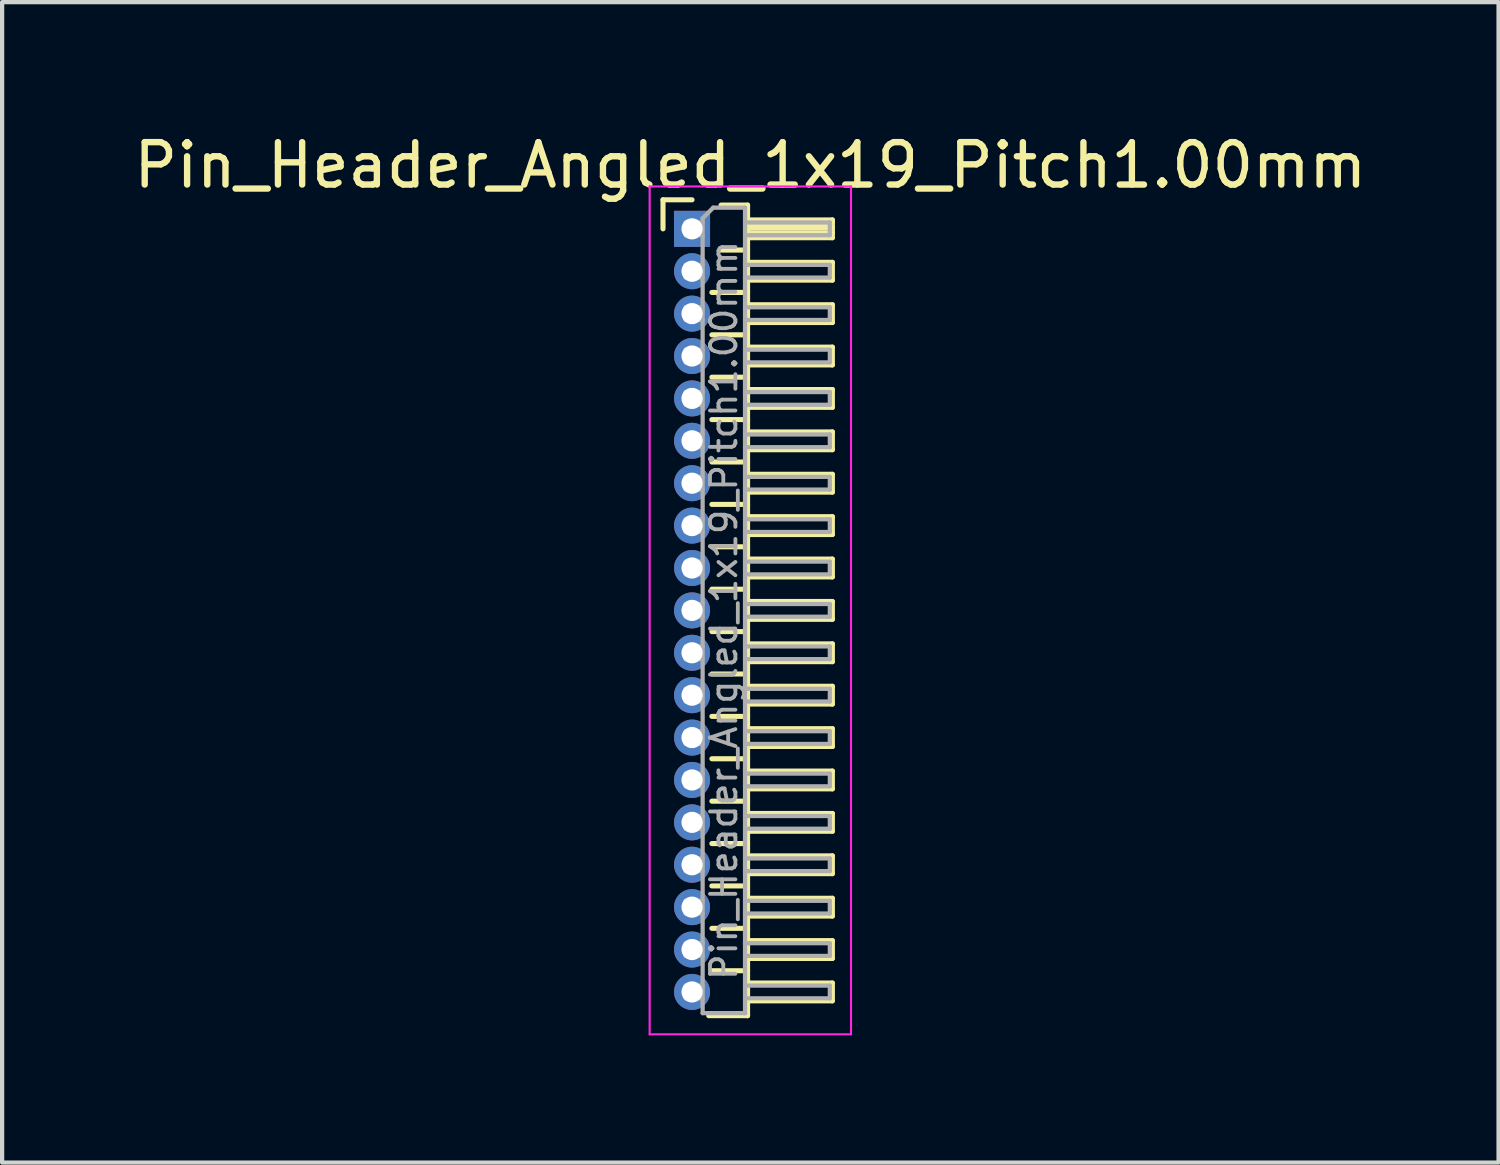
<source format=kicad_pcb>
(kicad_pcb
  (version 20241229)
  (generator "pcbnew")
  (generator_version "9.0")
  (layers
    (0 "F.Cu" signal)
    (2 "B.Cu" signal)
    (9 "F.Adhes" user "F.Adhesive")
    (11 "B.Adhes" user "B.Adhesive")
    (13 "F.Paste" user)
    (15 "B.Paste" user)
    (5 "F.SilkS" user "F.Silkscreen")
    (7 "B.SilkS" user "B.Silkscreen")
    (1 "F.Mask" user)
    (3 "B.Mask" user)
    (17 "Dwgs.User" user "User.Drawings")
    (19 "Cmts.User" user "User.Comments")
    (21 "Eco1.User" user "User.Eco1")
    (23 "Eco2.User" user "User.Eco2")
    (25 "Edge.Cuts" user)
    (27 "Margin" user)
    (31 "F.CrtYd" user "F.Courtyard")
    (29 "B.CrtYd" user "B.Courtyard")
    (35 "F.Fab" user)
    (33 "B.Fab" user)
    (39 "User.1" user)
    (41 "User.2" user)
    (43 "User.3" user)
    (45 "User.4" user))
  (footprint "Pin_Header_Angled_1x19_Pitch1.00mm"
    (layer "F.Cu")
    (at 13.274 2.348)
    (property "Reference" "Pin_Header_Angled_1x19_Pitch1.00mm" (at 1.375 -1.5 0) (layer "F.SilkS") (effects (font (size 1 1) (thickness 0.15))))
    (attr through_hole)
    (fp_line (start -0.685 -0.685) (end 0 -0.685) (stroke (width 0.12) (type solid)) (layer "F.SilkS"))
    (fp_line (start -0.685 0) (end -0.685 -0.685) (stroke (width 0.12) (type solid)) (layer "F.SilkS"))
    (fp_line (start 0.468 1.5) (end 1.31 1.5) (stroke (width 0.12) (type solid)) (layer "F.SilkS"))
    (fp_line (start 0.468 2.5) (end 1.31 2.5) (stroke (width 0.12) (type solid)) (layer "F.SilkS"))
    (fp_line (start 0.468 3.5) (end 1.31 3.5) (stroke (width 0.12) (type solid)) (layer "F.SilkS"))
    (fp_line (start 0.468 4.5) (end 1.31 4.5) (stroke (width 0.12) (type solid)) (layer "F.SilkS"))
    (fp_line (start 0.468 5.5) (end 1.31 5.5) (stroke (width 0.12) (type solid)) (layer "F.SilkS"))
    (fp_line (start 0.468 6.5) (end 1.31 6.5) (stroke (width 0.12) (type solid)) (layer "F.SilkS"))
    (fp_line (start 0.468 7.5) (end 1.31 7.5) (stroke (width 0.12) (type solid)) (layer "F.SilkS"))
    (fp_line (start 0.468 8.5) (end 1.31 8.5) (stroke (width 0.12) (type solid)) (layer "F.SilkS"))
    (fp_line (start 0.468 9.5) (end 1.31 9.5) (stroke (width 0.12) (type solid)) (layer "F.SilkS"))
    (fp_line (start 0.468 10.5) (end 1.31 10.5) (stroke (width 0.12) (type solid)) (layer "F.SilkS"))
    (fp_line (start 0.468 11.5) (end 1.31 11.5) (stroke (width 0.12) (type solid)) (layer "F.SilkS"))
    (fp_line (start 0.468 12.5) (end 1.31 12.5) (stroke (width 0.12) (type solid)) (layer "F.SilkS"))
    (fp_line (start 0.468 13.5) (end 1.31 13.5) (stroke (width 0.12) (type solid)) (layer "F.SilkS"))
    (fp_line (start 0.468 14.5) (end 1.31 14.5) (stroke (width 0.12) (type solid)) (layer "F.SilkS"))
    (fp_line (start 0.468 15.5) (end 1.31 15.5) (stroke (width 0.12) (type solid)) (layer "F.SilkS"))
    (fp_line (start 0.468 16.5) (end 1.31 16.5) (stroke (width 0.12) (type solid)) (layer "F.SilkS"))
    (fp_line (start 0.468 17.5) (end 1.31 17.5) (stroke (width 0.12) (type solid)) (layer "F.SilkS"))
    (fp_line (start 0.685 -0.56) (end 1.31 -0.56) (stroke (width 0.12) (type solid)) (layer "F.SilkS"))
    (fp_line (start 0.685 0.5) (end 1.31 0.5) (stroke (width 0.12) (type solid)) (layer "F.SilkS"))
    (fp_line (start 1.31 -0.56) (end 1.31 18.56) (stroke (width 0.12) (type solid)) (layer "F.SilkS"))
    (fp_line (start 1.31 -0.21) (end 3.31 -0.21) (stroke (width 0.12) (type solid)) (layer "F.SilkS"))
    (fp_line (start 1.31 -0.15) (end 3.31 -0.15) (stroke (width 0.12) (type solid)) (layer "F.SilkS"))
    (fp_line (start 1.31 -0.03) (end 3.31 -0.03) (stroke (width 0.12) (type solid)) (layer "F.SilkS"))
    (fp_line (start 1.31 0.09) (end 3.31 0.09) (stroke (width 0.12) (type solid)) (layer "F.SilkS"))
    (fp_line (start 1.31 0.79) (end 3.31 0.79) (stroke (width 0.12) (type solid)) (layer "F.SilkS"))
    (fp_line (start 1.31 1.79) (end 3.31 1.79) (stroke (width 0.12) (type solid)) (layer "F.SilkS"))
    (fp_line (start 1.31 2.79) (end 3.31 2.79) (stroke (width 0.12) (type solid)) (layer "F.SilkS"))
    (fp_line (start 1.31 3.79) (end 3.31 3.79) (stroke (width 0.12) (type solid)) (layer "F.SilkS"))
    (fp_line (start 1.31 4.79) (end 3.31 4.79) (stroke (width 0.12) (type solid)) (layer "F.SilkS"))
    (fp_line (start 1.31 5.79) (end 3.31 5.79) (stroke (width 0.12) (type solid)) (layer "F.SilkS"))
    (fp_line (start 1.31 6.79) (end 3.31 6.79) (stroke (width 0.12) (type solid)) (layer "F.SilkS"))
    (fp_line (start 1.31 7.79) (end 3.31 7.79) (stroke (width 0.12) (type solid)) (layer "F.SilkS"))
    (fp_line (start 1.31 8.79) (end 3.31 8.79) (stroke (width 0.12) (type solid)) (layer "F.SilkS"))
    (fp_line (start 1.31 9.79) (end 3.31 9.79) (stroke (width 0.12) (type solid)) (layer "F.SilkS"))
    (fp_line (start 1.31 10.79) (end 3.31 10.79) (stroke (width 0.12) (type solid)) (layer "F.SilkS"))
    (fp_line (start 1.31 11.79) (end 3.31 11.79) (stroke (width 0.12) (type solid)) (layer "F.SilkS"))
    (fp_line (start 1.31 12.79) (end 3.31 12.79) (stroke (width 0.12) (type solid)) (layer "F.SilkS"))
    (fp_line (start 1.31 13.79) (end 3.31 13.79) (stroke (width 0.12) (type solid)) (layer "F.SilkS"))
    (fp_line (start 1.31 14.79) (end 3.31 14.79) (stroke (width 0.12) (type solid)) (layer "F.SilkS"))
    (fp_line (start 1.31 15.79) (end 3.31 15.79) (stroke (width 0.12) (type solid)) (layer "F.SilkS"))
    (fp_line (start 1.31 16.79) (end 3.31 16.79) (stroke (width 0.12) (type solid)) (layer "F.SilkS"))
    (fp_line (start 1.31 17.79) (end 3.31 17.79) (stroke (width 0.12) (type solid)) (layer "F.SilkS"))
    (fp_line (start 1.31 18.56) (end 0.394 18.56) (stroke (width 0.12) (type solid)) (layer "F.SilkS"))
    (fp_line (start 3.31 -0.21) (end 3.31 0.21) (stroke (width 0.12) (type solid)) (layer "F.SilkS"))
    (fp_line (start 3.31 0.21) (end 1.31 0.21) (stroke (width 0.12) (type solid)) (layer "F.SilkS"))
    (fp_line (start 3.31 0.79) (end 3.31 1.21) (stroke (width 0.12) (type solid)) (layer "F.SilkS"))
    (fp_line (start 3.31 1.21) (end 1.31 1.21) (stroke (width 0.12) (type solid)) (layer "F.SilkS"))
    (fp_line (start 3.31 1.79) (end 3.31 2.21) (stroke (width 0.12) (type solid)) (layer "F.SilkS"))
    (fp_line (start 3.31 2.21) (end 1.31 2.21) (stroke (width 0.12) (type solid)) (layer "F.SilkS"))
    (fp_line (start 3.31 2.79) (end 3.31 3.21) (stroke (width 0.12) (type solid)) (layer "F.SilkS"))
    (fp_line (start 3.31 3.21) (end 1.31 3.21) (stroke (width 0.12) (type solid)) (layer "F.SilkS"))
    (fp_line (start 3.31 3.79) (end 3.31 4.21) (stroke (width 0.12) (type solid)) (layer "F.SilkS"))
    (fp_line (start 3.31 4.21) (end 1.31 4.21) (stroke (width 0.12) (type solid)) (layer "F.SilkS"))
    (fp_line (start 3.31 4.79) (end 3.31 5.21) (stroke (width 0.12) (type solid)) (layer "F.SilkS"))
    (fp_line (start 3.31 5.21) (end 1.31 5.21) (stroke (width 0.12) (type solid)) (layer "F.SilkS"))
    (fp_line (start 3.31 5.79) (end 3.31 6.21) (stroke (width 0.12) (type solid)) (layer "F.SilkS"))
    (fp_line (start 3.31 6.21) (end 1.31 6.21) (stroke (width 0.12) (type solid)) (layer "F.SilkS"))
    (fp_line (start 3.31 6.79) (end 3.31 7.21) (stroke (width 0.12) (type solid)) (layer "F.SilkS"))
    (fp_line (start 3.31 7.21) (end 1.31 7.21) (stroke (width 0.12) (type solid)) (layer "F.SilkS"))
    (fp_line (start 3.31 7.79) (end 3.31 8.21) (stroke (width 0.12) (type solid)) (layer "F.SilkS"))
    (fp_line (start 3.31 8.21) (end 1.31 8.21) (stroke (width 0.12) (type solid)) (layer "F.SilkS"))
    (fp_line (start 3.31 8.79) (end 3.31 9.21) (stroke (width 0.12) (type solid)) (layer "F.SilkS"))
    (fp_line (start 3.31 9.21) (end 1.31 9.21) (stroke (width 0.12) (type solid)) (layer "F.SilkS"))
    (fp_line (start 3.31 9.79) (end 3.31 10.21) (stroke (width 0.12) (type solid)) (layer "F.SilkS"))
    (fp_line (start 3.31 10.21) (end 1.31 10.21) (stroke (width 0.12) (type solid)) (layer "F.SilkS"))
    (fp_line (start 3.31 10.79) (end 3.31 11.21) (stroke (width 0.12) (type solid)) (layer "F.SilkS"))
    (fp_line (start 3.31 11.21) (end 1.31 11.21) (stroke (width 0.12) (type solid)) (layer "F.SilkS"))
    (fp_line (start 3.31 11.79) (end 3.31 12.21) (stroke (width 0.12) (type solid)) (layer "F.SilkS"))
    (fp_line (start 3.31 12.21) (end 1.31 12.21) (stroke (width 0.12) (type solid)) (layer "F.SilkS"))
    (fp_line (start 3.31 12.79) (end 3.31 13.21) (stroke (width 0.12) (type solid)) (layer "F.SilkS"))
    (fp_line (start 3.31 13.21) (end 1.31 13.21) (stroke (width 0.12) (type solid)) (layer "F.SilkS"))
    (fp_line (start 3.31 13.79) (end 3.31 14.21) (stroke (width 0.12) (type solid)) (layer "F.SilkS"))
    (fp_line (start 3.31 14.21) (end 1.31 14.21) (stroke (width 0.12) (type solid)) (layer "F.SilkS"))
    (fp_line (start 3.31 14.79) (end 3.31 15.21) (stroke (width 0.12) (type solid)) (layer "F.SilkS"))
    (fp_line (start 3.31 15.21) (end 1.31 15.21) (stroke (width 0.12) (type solid)) (layer "F.SilkS"))
    (fp_line (start 3.31 15.79) (end 3.31 16.21) (stroke (width 0.12) (type solid)) (layer "F.SilkS"))
    (fp_line (start 3.31 16.21) (end 1.31 16.21) (stroke (width 0.12) (type solid)) (layer "F.SilkS"))
    (fp_line (start 3.31 16.79) (end 3.31 17.21) (stroke (width 0.12) (type solid)) (layer "F.SilkS"))
    (fp_line (start 3.31 17.21) (end 1.31 17.21) (stroke (width 0.12) (type solid)) (layer "F.SilkS"))
    (fp_line (start 3.31 17.79) (end 3.31 18.21) (stroke (width 0.12) (type solid)) (layer "F.SilkS"))
    (fp_line (start 3.31 18.21) (end 1.31 18.21) (stroke (width 0.12) (type solid)) (layer "F.SilkS"))
    (fp_line (start -1 -1) (end -1 19) (stroke (width 0.05) (type solid)) (layer "F.CrtYd"))
    (fp_line (start -1 19) (end 3.75 19) (stroke (width 0.05) (type solid)) (layer "F.CrtYd"))
    (fp_line (start 3.75 -1) (end -1 -1) (stroke (width 0.05) (type solid)) (layer "F.CrtYd"))
    (fp_line (start 3.75 19) (end 3.75 -1) (stroke (width 0.05) (type solid)) (layer "F.CrtYd"))
    (fp_line (start -0.15 -0.15) (end -0.15 0.15) (stroke (width 0.1) (type solid)) (layer "F.Fab"))
    (fp_line (start -0.15 -0.15) (end 0.25 -0.15) (stroke (width 0.1) (type solid)) (layer "F.Fab"))
    (fp_line (start -0.15 0.15) (end 0.25 0.15) (stroke (width 0.1) (type solid)) (layer "F.Fab"))
    (fp_line (start -0.15 0.85) (end -0.15 1.15) (stroke (width 0.1) (type solid)) (layer "F.Fab"))
    (fp_line (start -0.15 0.85) (end 0.25 0.85) (stroke (width 0.1) (type solid)) (layer "F.Fab"))
    (fp_line (start -0.15 1.15) (end 0.25 1.15) (stroke (width 0.1) (type solid)) (layer "F.Fab"))
    (fp_line (start -0.15 1.85) (end -0.15 2.15) (stroke (width 0.1) (type solid)) (layer "F.Fab"))
    (fp_line (start -0.15 1.85) (end 0.25 1.85) (stroke (width 0.1) (type solid)) (layer "F.Fab"))
    (fp_line (start -0.15 2.15) (end 0.25 2.15) (stroke (width 0.1) (type solid)) (layer "F.Fab"))
    (fp_line (start -0.15 2.85) (end -0.15 3.15) (stroke (width 0.1) (type solid)) (layer "F.Fab"))
    (fp_line (start -0.15 2.85) (end 0.25 2.85) (stroke (width 0.1) (type solid)) (layer "F.Fab"))
    (fp_line (start -0.15 3.15) (end 0.25 3.15) (stroke (width 0.1) (type solid)) (layer "F.Fab"))
    (fp_line (start -0.15 3.85) (end -0.15 4.15) (stroke (width 0.1) (type solid)) (layer "F.Fab"))
    (fp_line (start -0.15 3.85) (end 0.25 3.85) (stroke (width 0.1) (type solid)) (layer "F.Fab"))
    (fp_line (start -0.15 4.15) (end 0.25 4.15) (stroke (width 0.1) (type solid)) (layer "F.Fab"))
    (fp_line (start -0.15 4.85) (end -0.15 5.15) (stroke (width 0.1) (type solid)) (layer "F.Fab"))
    (fp_line (start -0.15 4.85) (end 0.25 4.85) (stroke (width 0.1) (type solid)) (layer "F.Fab"))
    (fp_line (start -0.15 5.15) (end 0.25 5.15) (stroke (width 0.1) (type solid)) (layer "F.Fab"))
    (fp_line (start -0.15 5.85) (end -0.15 6.15) (stroke (width 0.1) (type solid)) (layer "F.Fab"))
    (fp_line (start -0.15 5.85) (end 0.25 5.85) (stroke (width 0.1) (type solid)) (layer "F.Fab"))
    (fp_line (start -0.15 6.15) (end 0.25 6.15) (stroke (width 0.1) (type solid)) (layer "F.Fab"))
    (fp_line (start -0.15 6.85) (end -0.15 7.15) (stroke (width 0.1) (type solid)) (layer "F.Fab"))
    (fp_line (start -0.15 6.85) (end 0.25 6.85) (stroke (width 0.1) (type solid)) (layer "F.Fab"))
    (fp_line (start -0.15 7.15) (end 0.25 7.15) (stroke (width 0.1) (type solid)) (layer "F.Fab"))
    (fp_line (start -0.15 7.85) (end -0.15 8.15) (stroke (width 0.1) (type solid)) (layer "F.Fab"))
    (fp_line (start -0.15 7.85) (end 0.25 7.85) (stroke (width 0.1) (type solid)) (layer "F.Fab"))
    (fp_line (start -0.15 8.15) (end 0.25 8.15) (stroke (width 0.1) (type solid)) (layer "F.Fab"))
    (fp_line (start -0.15 8.85) (end -0.15 9.15) (stroke (width 0.1) (type solid)) (layer "F.Fab"))
    (fp_line (start -0.15 8.85) (end 0.25 8.85) (stroke (width 0.1) (type solid)) (layer "F.Fab"))
    (fp_line (start -0.15 9.15) (end 0.25 9.15) (stroke (width 0.1) (type solid)) (layer "F.Fab"))
    (fp_line (start -0.15 9.85) (end -0.15 10.15) (stroke (width 0.1) (type solid)) (layer "F.Fab"))
    (fp_line (start -0.15 9.85) (end 0.25 9.85) (stroke (width 0.1) (type solid)) (layer "F.Fab"))
    (fp_line (start -0.15 10.15) (end 0.25 10.15) (stroke (width 0.1) (type solid)) (layer "F.Fab"))
    (fp_line (start -0.15 10.85) (end -0.15 11.15) (stroke (width 0.1) (type solid)) (layer "F.Fab"))
    (fp_line (start -0.15 10.85) (end 0.25 10.85) (stroke (width 0.1) (type solid)) (layer "F.Fab"))
    (fp_line (start -0.15 11.15) (end 0.25 11.15) (stroke (width 0.1) (type solid)) (layer "F.Fab"))
    (fp_line (start -0.15 11.85) (end -0.15 12.15) (stroke (width 0.1) (type solid)) (layer "F.Fab"))
    (fp_line (start -0.15 11.85) (end 0.25 11.85) (stroke (width 0.1) (type solid)) (layer "F.Fab"))
    (fp_line (start -0.15 12.15) (end 0.25 12.15) (stroke (width 0.1) (type solid)) (layer "F.Fab"))
    (fp_line (start -0.15 12.85) (end -0.15 13.15) (stroke (width 0.1) (type solid)) (layer "F.Fab"))
    (fp_line (start -0.15 12.85) (end 0.25 12.85) (stroke (width 0.1) (type solid)) (layer "F.Fab"))
    (fp_line (start -0.15 13.15) (end 0.25 13.15) (stroke (width 0.1) (type solid)) (layer "F.Fab"))
    (fp_line (start -0.15 13.85) (end -0.15 14.15) (stroke (width 0.1) (type solid)) (layer "F.Fab"))
    (fp_line (start -0.15 13.85) (end 0.25 13.85) (stroke (width 0.1) (type solid)) (layer "F.Fab"))
    (fp_line (start -0.15 14.15) (end 0.25 14.15) (stroke (width 0.1) (type solid)) (layer "F.Fab"))
    (fp_line (start -0.15 14.85) (end -0.15 15.15) (stroke (width 0.1) (type solid)) (layer "F.Fab"))
    (fp_line (start -0.15 14.85) (end 0.25 14.85) (stroke (width 0.1) (type solid)) (layer "F.Fab"))
    (fp_line (start -0.15 15.15) (end 0.25 15.15) (stroke (width 0.1) (type solid)) (layer "F.Fab"))
    (fp_line (start -0.15 15.85) (end -0.15 16.15) (stroke (width 0.1) (type solid)) (layer "F.Fab"))
    (fp_line (start -0.15 15.85) (end 0.25 15.85) (stroke (width 0.1) (type solid)) (layer "F.Fab"))
    (fp_line (start -0.15 16.15) (end 0.25 16.15) (stroke (width 0.1) (type solid)) (layer "F.Fab"))
    (fp_line (start -0.15 16.85) (end -0.15 17.15) (stroke (width 0.1) (type solid)) (layer "F.Fab"))
    (fp_line (start -0.15 16.85) (end 0.25 16.85) (stroke (width 0.1) (type solid)) (layer "F.Fab"))
    (fp_line (start -0.15 17.15) (end 0.25 17.15) (stroke (width 0.1) (type solid)) (layer "F.Fab"))
    (fp_line (start -0.15 17.85) (end -0.15 18.15) (stroke (width 0.1) (type solid)) (layer "F.Fab"))
    (fp_line (start -0.15 17.85) (end 0.25 17.85) (stroke (width 0.1) (type solid)) (layer "F.Fab"))
    (fp_line (start -0.15 18.15) (end 0.25 18.15) (stroke (width 0.1) (type solid)) (layer "F.Fab"))
    (fp_line (start 0.25 -0.25) (end 0.5 -0.5) (stroke (width 0.1) (type solid)) (layer "F.Fab"))
    (fp_line (start 0.25 18.5) (end 0.25 -0.25) (stroke (width 0.1) (type solid)) (layer "F.Fab"))
    (fp_line (start 0.5 -0.5) (end 1.25 -0.5) (stroke (width 0.1) (type solid)) (layer "F.Fab"))
    (fp_line (start 1.25 -0.5) (end 1.25 18.5) (stroke (width 0.1) (type solid)) (layer "F.Fab"))
    (fp_line (start 1.25 -0.15) (end 3.25 -0.15) (stroke (width 0.1) (type solid)) (layer "F.Fab"))
    (fp_line (start 1.25 0.15) (end 3.25 0.15) (stroke (width 0.1) (type solid)) (layer "F.Fab"))
    (fp_line (start 1.25 0.85) (end 3.25 0.85) (stroke (width 0.1) (type solid)) (layer "F.Fab"))
    (fp_line (start 1.25 1.15) (end 3.25 1.15) (stroke (width 0.1) (type solid)) (layer "F.Fab"))
    (fp_line (start 1.25 1.85) (end 3.25 1.85) (stroke (width 0.1) (type solid)) (layer "F.Fab"))
    (fp_line (start 1.25 2.15) (end 3.25 2.15) (stroke (width 0.1) (type solid)) (layer "F.Fab"))
    (fp_line (start 1.25 2.85) (end 3.25 2.85) (stroke (width 0.1) (type solid)) (layer "F.Fab"))
    (fp_line (start 1.25 3.15) (end 3.25 3.15) (stroke (width 0.1) (type solid)) (layer "F.Fab"))
    (fp_line (start 1.25 3.85) (end 3.25 3.85) (stroke (width 0.1) (type solid)) (layer "F.Fab"))
    (fp_line (start 1.25 4.15) (end 3.25 4.15) (stroke (width 0.1) (type solid)) (layer "F.Fab"))
    (fp_line (start 1.25 4.85) (end 3.25 4.85) (stroke (width 0.1) (type solid)) (layer "F.Fab"))
    (fp_line (start 1.25 5.15) (end 3.25 5.15) (stroke (width 0.1) (type solid)) (layer "F.Fab"))
    (fp_line (start 1.25 5.85) (end 3.25 5.85) (stroke (width 0.1) (type solid)) (layer "F.Fab"))
    (fp_line (start 1.25 6.15) (end 3.25 6.15) (stroke (width 0.1) (type solid)) (layer "F.Fab"))
    (fp_line (start 1.25 6.85) (end 3.25 6.85) (stroke (width 0.1) (type solid)) (layer "F.Fab"))
    (fp_line (start 1.25 7.15) (end 3.25 7.15) (stroke (width 0.1) (type solid)) (layer "F.Fab"))
    (fp_line (start 1.25 7.85) (end 3.25 7.85) (stroke (width 0.1) (type solid)) (layer "F.Fab"))
    (fp_line (start 1.25 8.15) (end 3.25 8.15) (stroke (width 0.1) (type solid)) (layer "F.Fab"))
    (fp_line (start 1.25 8.85) (end 3.25 8.85) (stroke (width 0.1) (type solid)) (layer "F.Fab"))
    (fp_line (start 1.25 9.15) (end 3.25 9.15) (stroke (width 0.1) (type solid)) (layer "F.Fab"))
    (fp_line (start 1.25 9.85) (end 3.25 9.85) (stroke (width 0.1) (type solid)) (layer "F.Fab"))
    (fp_line (start 1.25 10.15) (end 3.25 10.15) (stroke (width 0.1) (type solid)) (layer "F.Fab"))
    (fp_line (start 1.25 10.85) (end 3.25 10.85) (stroke (width 0.1) (type solid)) (layer "F.Fab"))
    (fp_line (start 1.25 11.15) (end 3.25 11.15) (stroke (width 0.1) (type solid)) (layer "F.Fab"))
    (fp_line (start 1.25 11.85) (end 3.25 11.85) (stroke (width 0.1) (type solid)) (layer "F.Fab"))
    (fp_line (start 1.25 12.15) (end 3.25 12.15) (stroke (width 0.1) (type solid)) (layer "F.Fab"))
    (fp_line (start 1.25 12.85) (end 3.25 12.85) (stroke (width 0.1) (type solid)) (layer "F.Fab"))
    (fp_line (start 1.25 13.15) (end 3.25 13.15) (stroke (width 0.1) (type solid)) (layer "F.Fab"))
    (fp_line (start 1.25 13.85) (end 3.25 13.85) (stroke (width 0.1) (type solid)) (layer "F.Fab"))
    (fp_line (start 1.25 14.15) (end 3.25 14.15) (stroke (width 0.1) (type solid)) (layer "F.Fab"))
    (fp_line (start 1.25 14.85) (end 3.25 14.85) (stroke (width 0.1) (type solid)) (layer "F.Fab"))
    (fp_line (start 1.25 15.15) (end 3.25 15.15) (stroke (width 0.1) (type solid)) (layer "F.Fab"))
    (fp_line (start 1.25 15.85) (end 3.25 15.85) (stroke (width 0.1) (type solid)) (layer "F.Fab"))
    (fp_line (start 1.25 16.15) (end 3.25 16.15) (stroke (width 0.1) (type solid)) (layer "F.Fab"))
    (fp_line (start 1.25 16.85) (end 3.25 16.85) (stroke (width 0.1) (type solid)) (layer "F.Fab"))
    (fp_line (start 1.25 17.15) (end 3.25 17.15) (stroke (width 0.1) (type solid)) (layer "F.Fab"))
    (fp_line (start 1.25 17.85) (end 3.25 17.85) (stroke (width 0.1) (type solid)) (layer "F.Fab"))
    (fp_line (start 1.25 18.15) (end 3.25 18.15) (stroke (width 0.1) (type solid)) (layer "F.Fab"))
    (fp_line (start 1.25 18.5) (end 0.25 18.5) (stroke (width 0.1) (type solid)) (layer "F.Fab"))
    (fp_line (start 3.25 -0.15) (end 3.25 0.15) (stroke (width 0.1) (type solid)) (layer "F.Fab"))
    (fp_line (start 3.25 0.85) (end 3.25 1.15) (stroke (width 0.1) (type solid)) (layer "F.Fab"))
    (fp_line (start 3.25 1.85) (end 3.25 2.15) (stroke (width 0.1) (type solid)) (layer "F.Fab"))
    (fp_line (start 3.25 2.85) (end 3.25 3.15) (stroke (width 0.1) (type solid)) (layer "F.Fab"))
    (fp_line (start 3.25 3.85) (end 3.25 4.15) (stroke (width 0.1) (type solid)) (layer "F.Fab"))
    (fp_line (start 3.25 4.85) (end 3.25 5.15) (stroke (width 0.1) (type solid)) (layer "F.Fab"))
    (fp_line (start 3.25 5.85) (end 3.25 6.15) (stroke (width 0.1) (type solid)) (layer "F.Fab"))
    (fp_line (start 3.25 6.85) (end 3.25 7.15) (stroke (width 0.1) (type solid)) (layer "F.Fab"))
    (fp_line (start 3.25 7.85) (end 3.25 8.15) (stroke (width 0.1) (type solid)) (layer "F.Fab"))
    (fp_line (start 3.25 8.85) (end 3.25 9.15) (stroke (width 0.1) (type solid)) (layer "F.Fab"))
    (fp_line (start 3.25 9.85) (end 3.25 10.15) (stroke (width 0.1) (type solid)) (layer "F.Fab"))
    (fp_line (start 3.25 10.85) (end 3.25 11.15) (stroke (width 0.1) (type solid)) (layer "F.Fab"))
    (fp_line (start 3.25 11.85) (end 3.25 12.15) (stroke (width 0.1) (type solid)) (layer "F.Fab"))
    (fp_line (start 3.25 12.85) (end 3.25 13.15) (stroke (width 0.1) (type solid)) (layer "F.Fab"))
    (fp_line (start 3.25 13.85) (end 3.25 14.15) (stroke (width 0.1) (type solid)) (layer "F.Fab"))
    (fp_line (start 3.25 14.85) (end 3.25 15.15) (stroke (width 0.1) (type solid)) (layer "F.Fab"))
    (fp_line (start 3.25 15.85) (end 3.25 16.15) (stroke (width 0.1) (type solid)) (layer "F.Fab"))
    (fp_line (start 3.25 16.85) (end 3.25 17.15) (stroke (width 0.1) (type solid)) (layer "F.Fab"))
    (fp_line (start 3.25 17.85) (end 3.25 18.15) (stroke (width 0.1) (type solid)) (layer "F.Fab"))
    (fp_text user "${REFERENCE}" (at 0.75 9 90) (layer "F.Fab") (effects (font (size 0.6 0.6) (thickness 0.09))))
    (pad "1" thru_hole rect (at 0 0) (size 0.85 0.85) (drill 0.5) (layers "*.Cu" "*.Mask"))
    (pad "2" thru_hole oval (at 0 1) (size 0.85 0.85) (drill 0.5) (layers "*.Cu" "*.Mask"))
    (pad "3" thru_hole oval (at 0 2) (size 0.85 0.85) (drill 0.5) (layers "*.Cu" "*.Mask"))
    (pad "4" thru_hole oval (at 0 3) (size 0.85 0.85) (drill 0.5) (layers "*.Cu" "*.Mask"))
    (pad "5" thru_hole oval (at 0 4) (size 0.85 0.85) (drill 0.5) (layers "*.Cu" "*.Mask"))
    (pad "6" thru_hole oval (at 0 5) (size 0.85 0.85) (drill 0.5) (layers "*.Cu" "*.Mask"))
    (pad "7" thru_hole oval (at 0 6) (size 0.85 0.85) (drill 0.5) (layers "*.Cu" "*.Mask"))
    (pad "8" thru_hole oval (at 0 7) (size 0.85 0.85) (drill 0.5) (layers "*.Cu" "*.Mask"))
    (pad "9" thru_hole oval (at 0 8) (size 0.85 0.85) (drill 0.5) (layers "*.Cu" "*.Mask"))
    (pad "10" thru_hole oval (at 0 9) (size 0.85 0.85) (drill 0.5) (layers "*.Cu" "*.Mask"))
    (pad "11" thru_hole oval (at 0 10) (size 0.85 0.85) (drill 0.5) (layers "*.Cu" "*.Mask"))
    (pad "12" thru_hole oval (at 0 11) (size 0.85 0.85) (drill 0.5) (layers "*.Cu" "*.Mask"))
    (pad "13" thru_hole oval (at 0 12) (size 0.85 0.85) (drill 0.5) (layers "*.Cu" "*.Mask"))
    (pad "14" thru_hole oval (at 0 13) (size 0.85 0.85) (drill 0.5) (layers "*.Cu" "*.Mask"))
    (pad "15" thru_hole oval (at 0 14) (size 0.85 0.85) (drill 0.5) (layers "*.Cu" "*.Mask"))
    (pad "16" thru_hole oval (at 0 15) (size 0.85 0.85) (drill 0.5) (layers "*.Cu" "*.Mask"))
    (pad "17" thru_hole oval (at 0 16) (size 0.85 0.85) (drill 0.5) (layers "*.Cu" "*.Mask"))
    (pad "18" thru_hole oval (at 0 17) (size 0.85 0.85) (drill 0.5) (layers "*.Cu" "*.Mask"))
    (pad "19" thru_hole oval (at 0 18) (size 0.85 0.85) (drill 0.5) (layers "*.Cu" "*.Mask")))
  (gr_rect
    (start -3 -3)
    (end 32.298 24.373)
    (stroke (width 0.1) (type default))
    (fill no)
    (layer "Edge.Cuts")))
</source>
